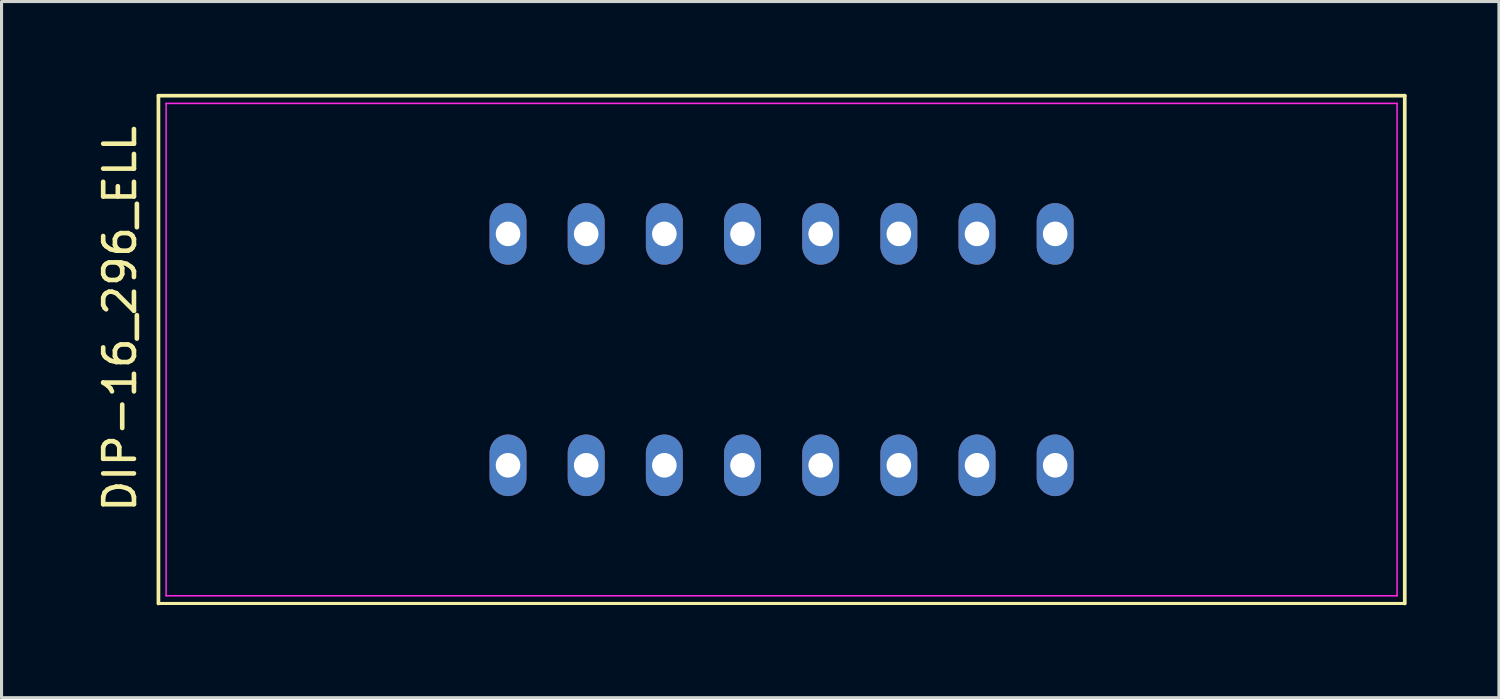
<source format=kicad_pcb>
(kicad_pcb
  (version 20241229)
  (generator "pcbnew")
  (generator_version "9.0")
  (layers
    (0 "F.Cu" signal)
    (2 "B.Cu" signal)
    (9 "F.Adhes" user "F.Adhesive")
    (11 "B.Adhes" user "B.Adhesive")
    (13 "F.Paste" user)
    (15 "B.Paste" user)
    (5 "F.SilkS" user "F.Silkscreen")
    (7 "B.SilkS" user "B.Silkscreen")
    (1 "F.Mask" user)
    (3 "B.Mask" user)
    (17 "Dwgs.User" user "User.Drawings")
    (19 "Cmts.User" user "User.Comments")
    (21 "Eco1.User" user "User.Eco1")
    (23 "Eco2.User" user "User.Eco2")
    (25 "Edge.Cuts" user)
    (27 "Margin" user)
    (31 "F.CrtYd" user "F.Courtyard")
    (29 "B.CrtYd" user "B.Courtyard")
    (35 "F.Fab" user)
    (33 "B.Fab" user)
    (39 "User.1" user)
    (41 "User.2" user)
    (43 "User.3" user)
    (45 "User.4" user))
  (footprint "DIP-16_296_ELL"
    (layer "F.Cu")
    (at 22.348 8.31)
    (property "Reference" "DIP-16_296_ELL" (at -21.5 -1 90) (layer "F.SilkS") (effects (font (size 1 1) (thickness 0.15))))
    (attr through_hole)
    (fp_line (start -20.25 -8.25) (end -20.25 8.25) (stroke (width 0.12) (type default)) (layer "F.SilkS"))
    (fp_line (start 20.25 -8.25) (end -20.25 -8.25) (stroke (width 0.12) (type default)) (layer "F.SilkS"))
    (fp_line (start 20.25 8.25) (end -20.25 8.25) (stroke (width 0.1) (type default)) (layer "F.SilkS"))
    (fp_line (start 20.25 8.25) (end 20.25 -8.25) (stroke (width 0.12) (type default)) (layer "F.SilkS"))
    (fp_line (start -20 -8) (end 20 -8) (stroke (width 0.05) (type default)) (layer "F.CrtYd"))
    (fp_line (start -20 8) (end -20 -8) (stroke (width 0.05) (type default)) (layer "F.CrtYd"))
    (fp_line (start 20 -8) (end 20 8) (stroke (width 0.05) (type default)) (layer "F.CrtYd"))
    (fp_line (start 20 8) (end -20 8) (stroke (width 0.05) (type default)) (layer "F.CrtYd"))
    (pad "1" thru_hole oval (at -8.89 3.76) (size 1.2 2) (drill 0.8) (layers "*.Cu" "*.Mask"))
    (pad "2" thru_hole oval (at -6.35 3.76) (size 1.2 2) (drill 0.8) (layers "*.Cu" "*.Mask"))
    (pad "3" thru_hole oval (at -3.81 3.76) (size 1.2 2) (drill 0.8) (layers "*.Cu" "*.Mask"))
    (pad "4" thru_hole oval (at -1.27 3.76) (size 1.2 2) (drill 0.8) (layers "*.Cu" "*.Mask"))
    (pad "5" thru_hole oval (at 1.27 3.76) (size 1.2 2) (drill 0.8) (layers "*.Cu" "*.Mask"))
    (pad "6" thru_hole oval (at 3.81 3.76) (size 1.2 2) (drill 0.8) (layers "*.Cu" "*.Mask"))
    (pad "7" thru_hole oval (at 6.35 3.76) (size 1.2 2) (drill 0.8) (layers "*.Cu" "*.Mask"))
    (pad "8" thru_hole oval (at 8.89 3.76) (size 1.2 2) (drill 0.8) (layers "*.Cu" "*.Mask"))
    (pad "9" thru_hole oval (at 8.89 -3.76) (size 1.2 2) (drill 0.8) (layers "*.Cu" "*.Mask"))
    (pad "10" thru_hole oval (at 6.35 -3.76) (size 1.2 2) (drill 0.8) (layers "*.Cu" "*.Mask"))
    (pad "11" thru_hole oval (at 3.81 -3.76) (size 1.2 2) (drill 0.8) (layers "*.Cu" "*.Mask"))
    (pad "12" thru_hole oval (at 1.27 -3.76) (size 1.2 2) (drill 0.8) (layers "*.Cu" "*.Mask"))
    (pad "13" thru_hole oval (at -1.27 -3.76) (size 1.2 2) (drill 0.8) (layers "*.Cu" "*.Mask"))
    (pad "14" thru_hole oval (at -3.81 -3.76) (size 1.2 2) (drill 0.8) (layers "*.Cu" "*.Mask"))
    (pad "15" thru_hole oval (at -6.35 -3.76) (size 1.2 2) (drill 0.8) (layers "*.Cu" "*.Mask"))
    (pad "16" thru_hole oval (at -8.89 -3.76) (size 1.2 2) (drill 0.8) (layers "*.Cu" "*.Mask")))
  (gr_rect
    (start -3 -3)
    (end 45.658 19.62)
    (stroke (width 0.1) (type default))
    (fill no)
    (layer "Edge.Cuts")))
</source>
